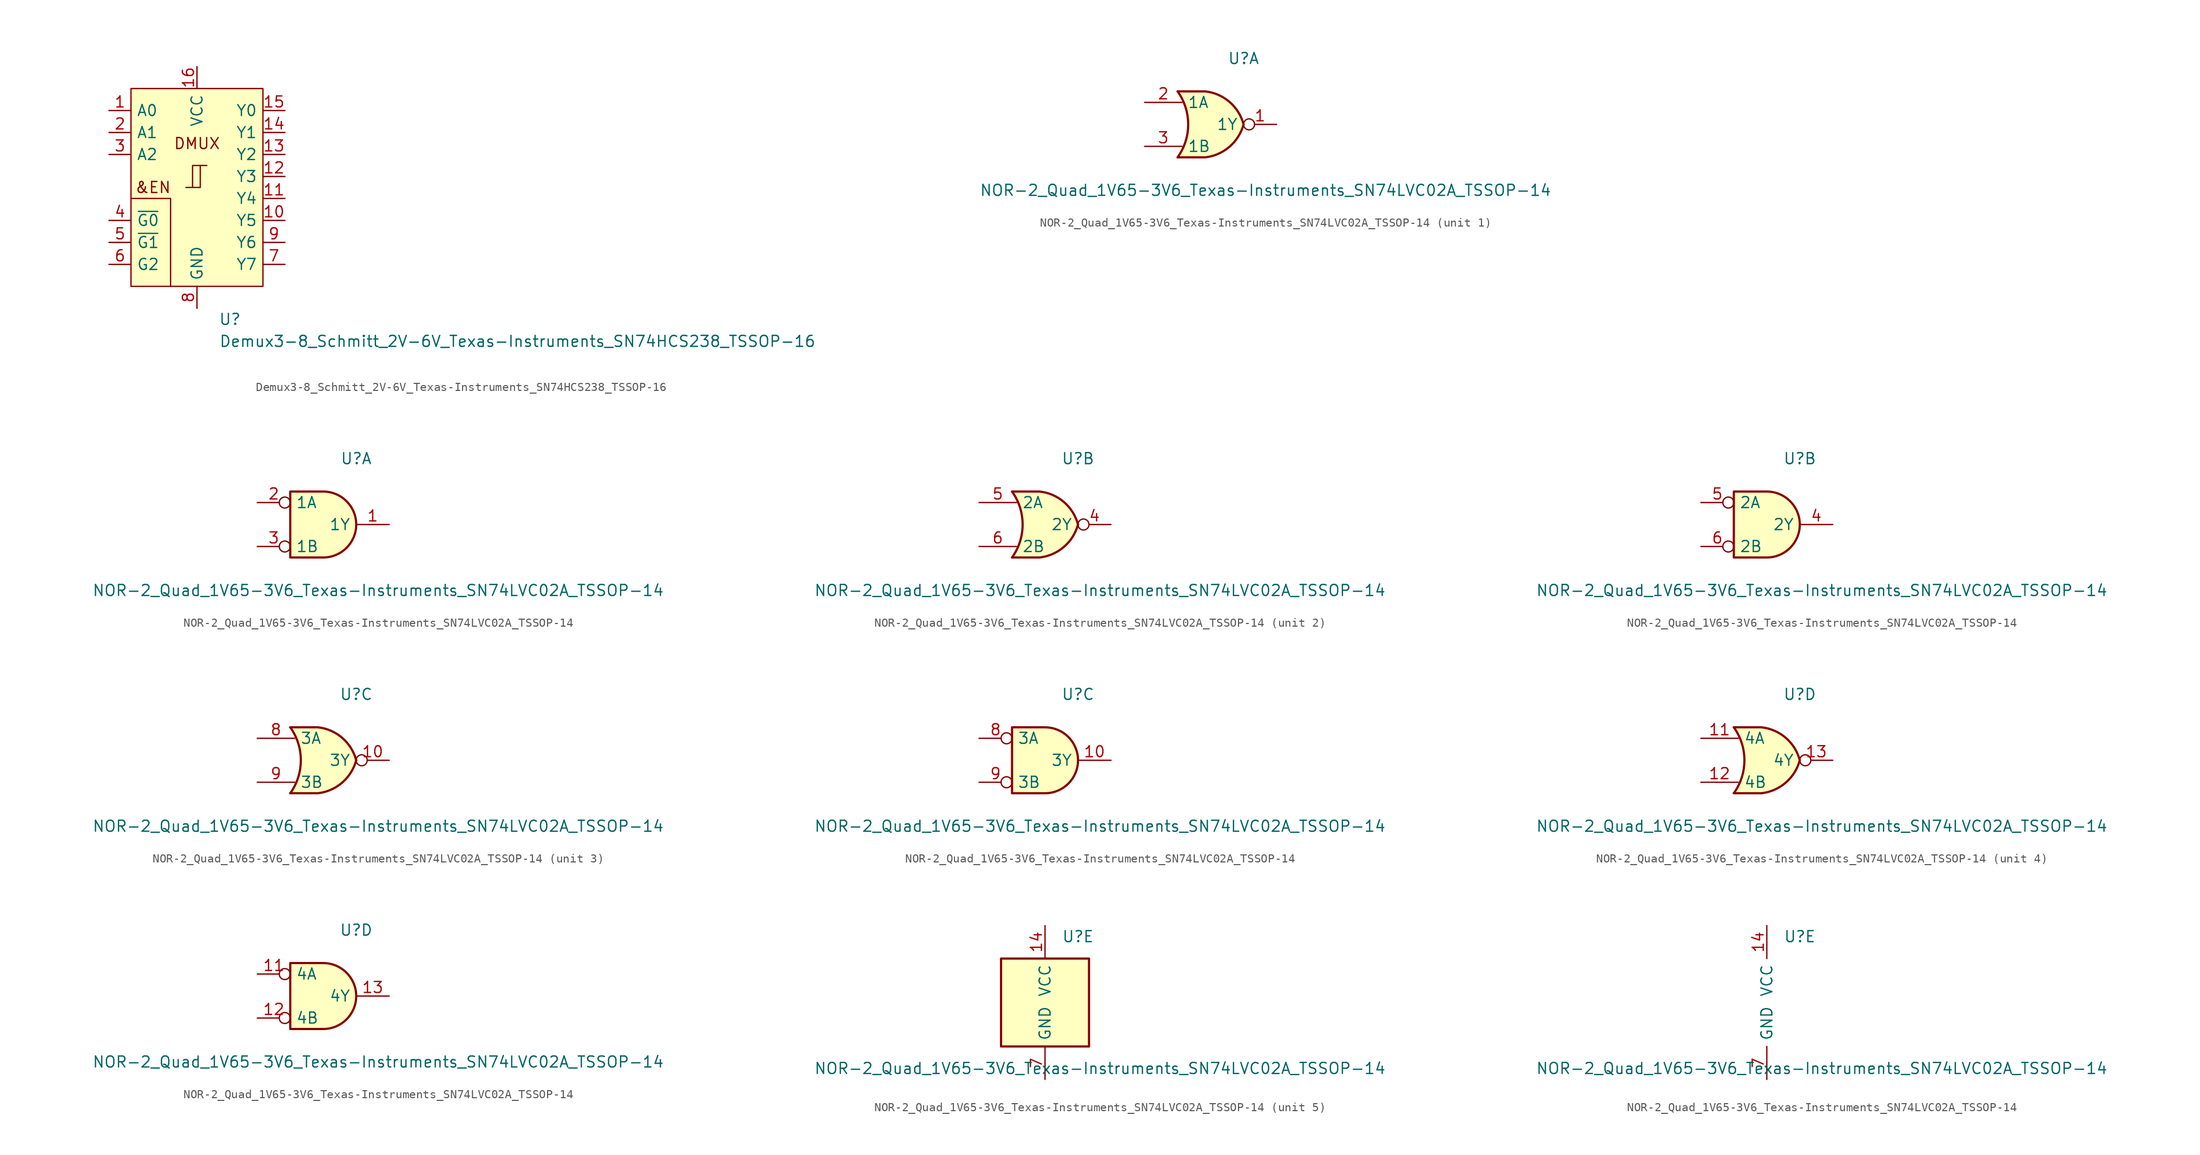
<source format=kicad_sym>
(kicad_symbol_lib
  (version 20220914)
  (generator kicad_symbol_editor)
  (symbol "Demux3-8_Schmitt_2V-6V_Texas-Instruments_SN74HCS238_TSSOP-16"
    (pin_names
      (offset 0.635))
    (property "Reference" "U"
      (at 3.81 -15.24 0)
      (effects (font (size 1.27 1.27))))
    (property "Value" "Demux3-8_Schmitt_2V-6V_Texas-Instruments_SN74HCS238_TSSOP-16"
      (at 2.54 -17.78 0)
      (effects (font (size 1.27 1.27)) (justify left)))
    (symbol "Demux3-8_Schmitt_2V-6V_Texas-Instruments_SN74HCS238_TSSOP-16_0_1"
      (polyline (pts (xy -7.62 -1.27) (xy -3.048 -1.27) (xy -3.048 -11.43) (xy -3.048 -9.398)) (stroke (width 0) (type default)) (fill (type none))))
    (symbol "Demux3-8_Schmitt_2V-6V_Texas-Instruments_SN74HCS238_TSSOP-16_1_1"
      (rectangle (start -7.62 -11.43) (end 7.62 11.43) (stroke (width 0) (type default)) (fill (type background)))
      (polyline (pts (xy -0.508 0) (xy -0.508 2.54) (xy 0.381 2.54)) (stroke (width 0) (type default)) (fill (type none)))
      (polyline (pts (xy -1.27 0) (xy -0.508 0) (xy 0.381 0) (xy 0.381 2.54) (xy 1.143 2.54)) (stroke (width 0) (type default)) (fill (type none)))
      (text "&EN" (at -5.08 0 0) (effects (font (size 1.27 1.27))))
      (text "DMUX" (at 0 5.08 0) (effects (font (size 1.27 1.27))))
      (pin input line (at -10.16 8.89 0) (length 2.54) (name "A0" (effects (font (size 1.27 1.27)))) (number "1" (effects (font (size 1.27 1.27)))))
      (pin output line (at 10.16 -3.81 180) (length 2.54) (name "Y5" (effects (font (size 1.27 1.27)))) (number "10" (effects (font (size 1.27 1.27)))))
      (pin output line (at 10.16 -1.27 180) (length 2.54) (name "Y4" (effects (font (size 1.27 1.27)))) (number "11" (effects (font (size 1.27 1.27)))))
      (pin output line (at 10.16 1.27 180) (length 2.54) (name "Y3" (effects (font (size 1.27 1.27)))) (number "12" (effects (font (size 1.27 1.27)))))
      (pin output line (at 10.16 3.81 180) (length 2.54) (name "Y2" (effects (font (size 1.27 1.27)))) (number "13" (effects (font (size 1.27 1.27)))))
      (pin output line (at 10.16 6.35 180) (length 2.54) (name "Y1" (effects (font (size 1.27 1.27)))) (number "14" (effects (font (size 1.27 1.27)))))
      (pin output line (at 10.16 8.89 180) (length 2.54) (name "Y0" (effects (font (size 1.27 1.27)))) (number "15" (effects (font (size 1.27 1.27)))))
      (pin power_in line (at 0 13.97 270) (length 2.54) (name "VCC" (effects (font (size 1.27 1.27)))) (number "16" (effects (font (size 1.27 1.27)))))
      (pin input line (at -10.16 6.35 0) (length 2.54) (name "A1" (effects (font (size 1.27 1.27)))) (number "2" (effects (font (size 1.27 1.27)))))
      (pin input line (at -10.16 3.81 0) (length 2.54) (name "A2" (effects (font (size 1.27 1.27)))) (number "3" (effects (font (size 1.27 1.27)))))
      (pin input line (at -10.16 -3.81 0) (length 2.54) (name "~{G0}" (effects (font (size 1.27 1.27)))) (number "4" (effects (font (size 1.27 1.27)))))
      (pin input line (at -10.16 -6.35 0) (length 2.54) (name "~{G1}" (effects (font (size 1.27 1.27)))) (number "5" (effects (font (size 1.27 1.27)))))
      (pin input line (at -10.16 -8.89 0) (length 2.54) (name "G2" (effects (font (size 1.27 1.27)))) (number "6" (effects (font (size 1.27 1.27)))))
      (pin output line (at 10.16 -8.89 180) (length 2.54) (name "Y7" (effects (font (size 1.27 1.27)))) (number "7" (effects (font (size 1.27 1.27)))))
      (pin power_in line (at 0 -13.97 90) (length 2.54) (name "GND" (effects (font (size 1.27 1.27)))) (number "8" (effects (font (size 1.27 1.27)))))
      (pin output line (at 10.16 -6.35 180) (length 2.54) (name "Y6" (effects (font (size 1.27 1.27)))) (number "9" (effects (font (size 1.27 1.27)))))))
  (symbol "NOR-2_Quad_1V65-3V6_Texas-Instruments_SN74LVC02A_TSSOP-14"
    (pin_names
      (offset 0.635))
    (property "Reference" "U"
      (at 3.81 7.62 0)
      (effects (font (size 1.27 1.27))))
    (property "Value" "NOR-2_Quad_1V65-3V6_Texas-Instruments_SN74LVC02A_TSSOP-14"
      (at 6.35 -7.62 0)
      (effects (font (size 1.27 1.27))))
    (property "ki_locked" ""
      (at 0 0 0)
      (effects (font (size 1.27 1.27))))
    (symbol "NOR-2_Quad_1V65-3V6_Texas-Instruments_SN74LVC02A_TSSOP-14_1_1"
      (arc (start -3.81 -3.81) (mid -2.589 0) (end -3.81 3.81) (stroke (width 0.254) (type default)) (fill (type none)))
      (arc (start -0.6096 -3.81) (mid 2.1842 -2.5851) (end 3.81 0) (stroke (width 0.254) (type default)) (fill (type background)))
      (polyline (pts (xy -3.81 -3.81) (xy -0.635 -3.81)) (stroke (width 0.254) (type default)) (fill (type background)))
      (polyline (pts (xy -3.81 3.81) (xy -0.635 3.81)) (stroke (width 0.254) (type default)) (fill (type background)))
      (polyline (pts (xy -0.635 3.81) (xy -3.81 3.81) (xy -3.81 3.81) (xy -3.556 3.404) (xy -3.023 2.261) (xy -2.692 1.041) (xy -2.616 -0.254) (xy -2.769 -1.499) (xy -3.175 -2.718) (xy -3.81 -3.81) (xy -3.81 -3.81) (xy -0.635 -3.81)) (stroke (width -25.4) (type default)) (fill (type background)))
      (arc (start 3.81 0) (mid 2.1915 2.5936) (end -0.6096 3.81) (stroke (width 0.254) (type default)) (fill (type background)))
      (pin output inverted (at 7.62 0 180) (length 3.81) (name "1Y" (effects (font (size 1.27 1.27)))) (number "1" (effects (font (size 1.27 1.27)))))
      (pin input line (at -7.62 2.54 0) (length 4.318) (name "1A" (effects (font (size 1.27 1.27)))) (number "2" (effects (font (size 1.27 1.27)))))
      (pin input line (at -7.62 -2.54 0) (length 4.318) (name "1B" (effects (font (size 1.27 1.27)))) (number "3" (effects (font (size 1.27 1.27))))))
    (symbol "NOR-2_Quad_1V65-3V6_Texas-Instruments_SN74LVC02A_TSSOP-14_1_2"
      (arc (start 0 -3.81) (mid 3.7934 0) (end 0 3.81) (stroke (width 0.254) (type default)) (fill (type background)))
      (polyline (pts (xy 0 3.81) (xy -3.81 3.81) (xy -3.81 -3.81) (xy 0 -3.81)) (stroke (width 0.254) (type default)) (fill (type background)))
      (pin output line (at 7.62 0 180) (length 3.81) (name "1Y" (effects (font (size 1.27 1.27)))) (number "1" (effects (font (size 1.27 1.27)))))
      (pin input inverted (at -7.62 2.54 0) (length 3.81) (name "1A" (effects (font (size 1.27 1.27)))) (number "2" (effects (font (size 1.27 1.27)))))
      (pin input inverted (at -7.62 -2.54 0) (length 3.81) (name "1B" (effects (font (size 1.27 1.27)))) (number "3" (effects (font (size 1.27 1.27))))))
    (symbol "NOR-2_Quad_1V65-3V6_Texas-Instruments_SN74LVC02A_TSSOP-14_2_1"
      (arc (start -3.81 -3.81) (mid -2.589 0) (end -3.81 3.81) (stroke (width 0.254) (type default)) (fill (type none)))
      (arc (start -0.6096 -3.81) (mid 2.1842 -2.5851) (end 3.81 0) (stroke (width 0.254) (type default)) (fill (type background)))
      (polyline (pts (xy -3.81 -3.81) (xy -0.635 -3.81)) (stroke (width 0.254) (type default)) (fill (type background)))
      (polyline (pts (xy -3.81 3.81) (xy -0.635 3.81)) (stroke (width 0.254) (type default)) (fill (type background)))
      (polyline (pts (xy -0.635 3.81) (xy -3.81 3.81) (xy -3.81 3.81) (xy -3.556 3.404) (xy -3.023 2.261) (xy -2.692 1.041) (xy -2.616 -0.254) (xy -2.769 -1.499) (xy -3.175 -2.718) (xy -3.81 -3.81) (xy -3.81 -3.81) (xy -0.635 -3.81)) (stroke (width -25.4) (type default)) (fill (type background)))
      (arc (start 3.81 0) (mid 2.1915 2.5936) (end -0.6096 3.81) (stroke (width 0.254) (type default)) (fill (type background)))
      (pin output inverted (at 7.62 0 180) (length 3.81) (name "2Y" (effects (font (size 1.27 1.27)))) (number "4" (effects (font (size 1.27 1.27)))))
      (pin input line (at -7.62 2.54 0) (length 4.318) (name "2A" (effects (font (size 1.27 1.27)))) (number "5" (effects (font (size 1.27 1.27)))))
      (pin input line (at -7.62 -2.54 0) (length 4.318) (name "2B" (effects (font (size 1.27 1.27)))) (number "6" (effects (font (size 1.27 1.27))))))
    (symbol "NOR-2_Quad_1V65-3V6_Texas-Instruments_SN74LVC02A_TSSOP-14_2_2"
      (arc (start 0 -3.81) (mid 3.7934 0) (end 0 3.81) (stroke (width 0.254) (type default)) (fill (type background)))
      (polyline (pts (xy 0 3.81) (xy -3.81 3.81) (xy -3.81 -3.81) (xy 0 -3.81)) (stroke (width 0.254) (type default)) (fill (type background)))
      (pin output line (at 7.62 0 180) (length 3.81) (name "2Y" (effects (font (size 1.27 1.27)))) (number "4" (effects (font (size 1.27 1.27)))))
      (pin input inverted (at -7.62 2.54 0) (length 3.81) (name "2A" (effects (font (size 1.27 1.27)))) (number "5" (effects (font (size 1.27 1.27)))))
      (pin input inverted (at -7.62 -2.54 0) (length 3.81) (name "2B" (effects (font (size 1.27 1.27)))) (number "6" (effects (font (size 1.27 1.27))))))
    (symbol "NOR-2_Quad_1V65-3V6_Texas-Instruments_SN74LVC02A_TSSOP-14_3_1"
      (arc (start -3.81 -3.81) (mid -2.589 0) (end -3.81 3.81) (stroke (width 0.254) (type default)) (fill (type none)))
      (arc (start -0.6096 -3.81) (mid 2.1842 -2.5851) (end 3.81 0) (stroke (width 0.254) (type default)) (fill (type background)))
      (polyline (pts (xy -3.81 -3.81) (xy -0.635 -3.81)) (stroke (width 0.254) (type default)) (fill (type background)))
      (polyline (pts (xy -3.81 3.81) (xy -0.635 3.81)) (stroke (width 0.254) (type default)) (fill (type background)))
      (polyline (pts (xy -0.635 3.81) (xy -3.81 3.81) (xy -3.81 3.81) (xy -3.556 3.404) (xy -3.023 2.261) (xy -2.692 1.041) (xy -2.616 -0.254) (xy -2.769 -1.499) (xy -3.175 -2.718) (xy -3.81 -3.81) (xy -3.81 -3.81) (xy -0.635 -3.81)) (stroke (width -25.4) (type default)) (fill (type background)))
      (arc (start 3.81 0) (mid 2.1915 2.5936) (end -0.6096 3.81) (stroke (width 0.254) (type default)) (fill (type background)))
      (pin output inverted (at 7.62 0 180) (length 3.81) (name "3Y" (effects (font (size 1.27 1.27)))) (number "10" (effects (font (size 1.27 1.27)))))
      (pin input line (at -7.62 2.54 0) (length 4.318) (name "3A" (effects (font (size 1.27 1.27)))) (number "8" (effects (font (size 1.27 1.27)))))
      (pin input line (at -7.62 -2.54 0) (length 4.318) (name "3B" (effects (font (size 1.27 1.27)))) (number "9" (effects (font (size 1.27 1.27))))))
    (symbol "NOR-2_Quad_1V65-3V6_Texas-Instruments_SN74LVC02A_TSSOP-14_3_2"
      (arc (start 0 -3.81) (mid 3.7934 0) (end 0 3.81) (stroke (width 0.254) (type default)) (fill (type background)))
      (polyline (pts (xy 0 3.81) (xy -3.81 3.81) (xy -3.81 -3.81) (xy 0 -3.81)) (stroke (width 0.254) (type default)) (fill (type background)))
      (pin output line (at 7.62 0 180) (length 3.81) (name "3Y" (effects (font (size 1.27 1.27)))) (number "10" (effects (font (size 1.27 1.27)))))
      (pin input inverted (at -7.62 2.54 0) (length 3.81) (name "3A" (effects (font (size 1.27 1.27)))) (number "8" (effects (font (size 1.27 1.27)))))
      (pin input inverted (at -7.62 -2.54 0) (length 3.81) (name "3B" (effects (font (size 1.27 1.27)))) (number "9" (effects (font (size 1.27 1.27))))))
    (symbol "NOR-2_Quad_1V65-3V6_Texas-Instruments_SN74LVC02A_TSSOP-14_4_1"
      (arc (start -3.81 -3.81) (mid -2.589 0) (end -3.81 3.81) (stroke (width 0.254) (type default)) (fill (type none)))
      (arc (start -0.6096 -3.81) (mid 2.1842 -2.5851) (end 3.81 0) (stroke (width 0.254) (type default)) (fill (type background)))
      (polyline (pts (xy -3.81 -3.81) (xy -0.635 -3.81)) (stroke (width 0.254) (type default)) (fill (type background)))
      (polyline (pts (xy -3.81 3.81) (xy -0.635 3.81)) (stroke (width 0.254) (type default)) (fill (type background)))
      (polyline (pts (xy -0.635 3.81) (xy -3.81 3.81) (xy -3.81 3.81) (xy -3.556 3.404) (xy -3.023 2.261) (xy -2.692 1.041) (xy -2.616 -0.254) (xy -2.769 -1.499) (xy -3.175 -2.718) (xy -3.81 -3.81) (xy -3.81 -3.81) (xy -0.635 -3.81)) (stroke (width -25.4) (type default)) (fill (type background)))
      (arc (start 3.81 0) (mid 2.1915 2.5936) (end -0.6096 3.81) (stroke (width 0.254) (type default)) (fill (type background)))
      (pin input line (at -7.62 2.54 0) (length 4.318) (name "4A" (effects (font (size 1.27 1.27)))) (number "11" (effects (font (size 1.27 1.27)))))
      (pin input line (at -7.62 -2.54 0) (length 4.318) (name "4B" (effects (font (size 1.27 1.27)))) (number "12" (effects (font (size 1.27 1.27)))))
      (pin output inverted (at 7.62 0 180) (length 3.81) (name "4Y" (effects (font (size 1.27 1.27)))) (number "13" (effects (font (size 1.27 1.27))))))
    (symbol "NOR-2_Quad_1V65-3V6_Texas-Instruments_SN74LVC02A_TSSOP-14_4_2"
      (arc (start 0 -3.81) (mid 3.7934 0) (end 0 3.81) (stroke (width 0.254) (type default)) (fill (type background)))
      (polyline (pts (xy 0 3.81) (xy -3.81 3.81) (xy -3.81 -3.81) (xy 0 -3.81)) (stroke (width 0.254) (type default)) (fill (type background)))
      (pin input inverted (at -7.62 2.54 0) (length 3.81) (name "4A" (effects (font (size 1.27 1.27)))) (number "11" (effects (font (size 1.27 1.27)))))
      (pin input inverted (at -7.62 -2.54 0) (length 3.81) (name "4B" (effects (font (size 1.27 1.27)))) (number "12" (effects (font (size 1.27 1.27)))))
      (pin output line (at 7.62 0 180) (length 3.81) (name "4Y" (effects (font (size 1.27 1.27)))) (number "13" (effects (font (size 1.27 1.27))))))
    (symbol "NOR-2_Quad_1V65-3V6_Texas-Instruments_SN74LVC02A_TSSOP-14_5_0"
      (pin power_in line (at 0 8.89 270) (length 3.81) (name "VCC" (effects (font (size 1.27 1.27)))) (number "14" (effects (font (size 1.27 1.27)))))
      (pin power_in line (at 0 -8.89 90) (length 3.81) (name "GND" (effects (font (size 1.27 1.27)))) (number "7" (effects (font (size 1.27 1.27))))))
    (symbol "NOR-2_Quad_1V65-3V6_Texas-Instruments_SN74LVC02A_TSSOP-14_5_1"
      (rectangle (start -5.08 5.08) (end 5.08 -5.08) (stroke (width 0.254) (type default)) (fill (type background))))))
</source>
